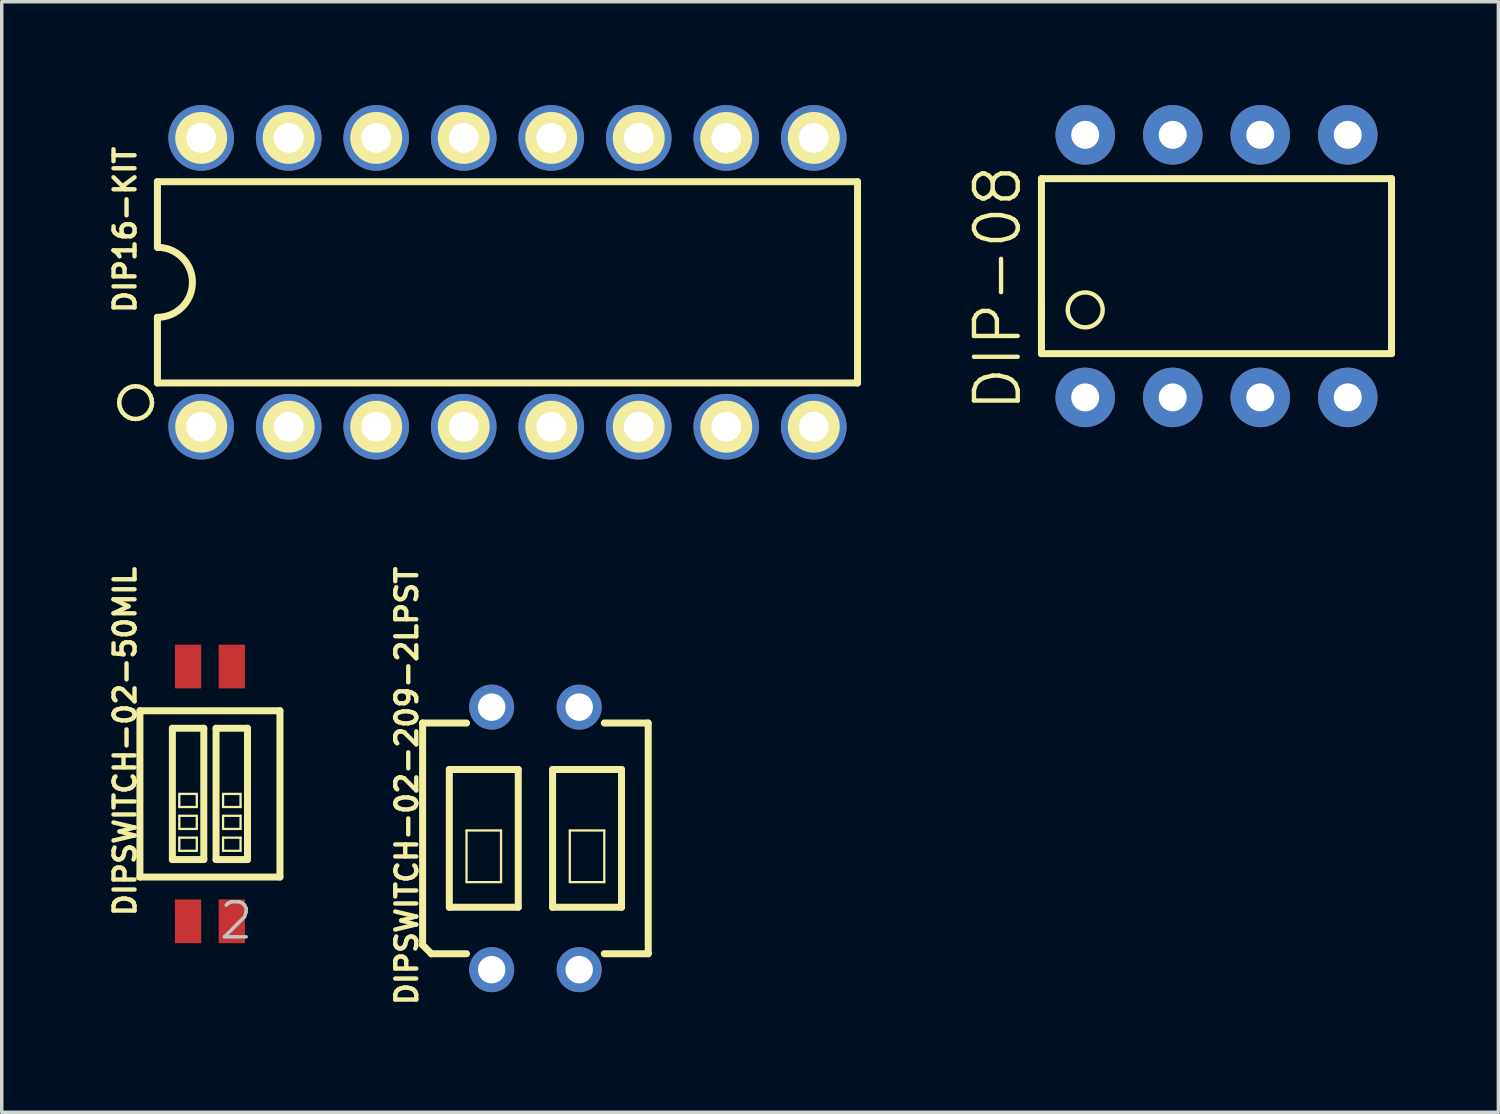
<source format=kicad_pcb>
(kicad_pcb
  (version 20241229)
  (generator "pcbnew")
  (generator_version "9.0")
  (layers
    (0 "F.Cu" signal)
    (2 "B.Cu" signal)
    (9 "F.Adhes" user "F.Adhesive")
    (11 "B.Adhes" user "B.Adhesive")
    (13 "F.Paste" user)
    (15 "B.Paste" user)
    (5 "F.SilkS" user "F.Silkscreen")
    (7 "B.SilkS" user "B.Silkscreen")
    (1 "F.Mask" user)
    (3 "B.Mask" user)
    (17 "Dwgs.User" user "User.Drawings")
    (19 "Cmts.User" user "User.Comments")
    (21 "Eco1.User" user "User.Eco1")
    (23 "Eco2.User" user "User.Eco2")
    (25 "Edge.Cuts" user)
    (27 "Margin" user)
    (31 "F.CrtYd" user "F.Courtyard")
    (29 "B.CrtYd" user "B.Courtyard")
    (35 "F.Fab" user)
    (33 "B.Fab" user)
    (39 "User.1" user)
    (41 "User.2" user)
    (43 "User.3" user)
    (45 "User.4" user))
  (footprint "DIP-08"
    (layer "F.Cu")
    (at 32.257 4.674)
    (property "Reference" "DIP-08" (at -6.35 0.635 90) (layer "F.SilkS") (effects (font (size 1.27 1.27) (thickness 0.127))))
    (attr exclude_from_pos_files exclude_from_bom)
    (fp_line (start -5.08 -2.54) (end -5.08 1.524) (stroke (width 0.203) (type solid)) (layer "F.SilkS"))
    (fp_line (start -5.08 -2.54) (end 5.08 -2.54) (stroke (width 0.203) (type solid)) (layer "F.SilkS"))
    (fp_line (start -5.08 1.524) (end -5.08 1.016) (stroke (width 0.203) (type solid)) (layer "F.SilkS"))
    (fp_line (start -5.08 2.54) (end -5.08 1.524) (stroke (width 0.203) (type solid)) (layer "F.SilkS"))
    (fp_line (start -5.08 2.54) (end 5.08 2.54) (stroke (width 0.203) (type solid)) (layer "F.SilkS"))
    (fp_line (start 5.08 -2.54) (end 5.08 2.54) (stroke (width 0.203) (type solid)) (layer "F.SilkS"))
    (fp_circle (center -3.81 1.27) (end -4.168 1.628) (stroke (width 0.127) (type solid)) (fill no) (layer "F.SilkS"))
    (pad "1" thru_hole circle (at -3.81 3.81) (size 1.727 1.727) (drill 0.813) (layers "*.Cu" "*.Paste" "*.Mask"))
    (pad "2" thru_hole circle (at -1.27 3.81) (size 1.727 1.727) (drill 0.813) (layers "*.Cu" "*.Paste" "*.Mask"))
    (pad "3" thru_hole circle (at 1.27 3.81) (size 1.727 1.727) (drill 0.813) (layers "*.Cu" "*.Paste" "*.Mask"))
    (pad "4" thru_hole circle (at 3.81 3.81) (size 1.727 1.727) (drill 0.813) (layers "*.Cu" "*.Paste" "*.Mask"))
    (pad "5" thru_hole circle (at 3.81 -3.81) (size 1.727 1.727) (drill 0.813) (layers "*.Cu" "*.Paste" "*.Mask"))
    (pad "6" thru_hole circle (at 1.27 -3.81) (size 1.727 1.727) (drill 0.813) (layers "*.Cu" "*.Paste" "*.Mask"))
    (pad "7" thru_hole circle (at -1.27 -3.81) (size 1.727 1.727) (drill 0.813) (layers "*.Cu" "*.Paste" "*.Mask"))
    (pad "8" thru_hole circle (at -3.81 -3.81) (size 1.727 1.727) (drill 0.813) (layers "*.Cu" "*.Paste" "*.Mask")))
  (footprint "DIPSWITCH-02-50MIL"
    (layer "F.Cu")
    (at 3.043 19.992)
    (property "Reference" "DIPSWITCH-02-50MIL" (at -2.464 -1.524 90) (layer "F.SilkS") (effects (font (size 0.61 0.61) (thickness 0.127))))
    (attr smd)
    (fp_line (start -2.032 -2.413) (end -2.032 2.413) (stroke (width 0.203) (type solid)) (layer "F.SilkS"))
    (fp_line (start -2.032 2.413) (end 2.032 2.413) (stroke (width 0.203) (type solid)) (layer "F.SilkS"))
    (fp_line (start -1.09 -1.905) (end -1.09 1.905) (stroke (width 0.203) (type solid)) (layer "F.SilkS"))
    (fp_line (start -1.09 -1.905) (end -0.178 -1.905) (stroke (width 0.203) (type solid)) (layer "F.SilkS"))
    (fp_line (start -0.889 0) (end -0.381 0) (stroke (width 0.066) (type solid)) (layer "F.SilkS"))
    (fp_line (start -0.889 0.381) (end -0.889 0) (stroke (width 0.066) (type solid)) (layer "F.SilkS"))
    (fp_line (start -0.889 0.381) (end -0.381 0.381) (stroke (width 0.066) (type solid)) (layer "F.SilkS"))
    (fp_line (start -0.889 0.635) (end -0.381 0.635) (stroke (width 0.066) (type solid)) (layer "F.SilkS"))
    (fp_line (start -0.889 1.016) (end -0.889 0.635) (stroke (width 0.066) (type solid)) (layer "F.SilkS"))
    (fp_line (start -0.889 1.016) (end -0.381 1.016) (stroke (width 0.066) (type solid)) (layer "F.SilkS"))
    (fp_line (start -0.889 1.27) (end -0.381 1.27) (stroke (width 0.066) (type solid)) (layer "F.SilkS"))
    (fp_line (start -0.889 1.651) (end -0.889 1.27) (stroke (width 0.066) (type solid)) (layer "F.SilkS"))
    (fp_line (start -0.889 1.651) (end -0.381 1.651) (stroke (width 0.066) (type solid)) (layer "F.SilkS"))
    (fp_line (start -0.381 0.381) (end -0.381 0) (stroke (width 0.066) (type solid)) (layer "F.SilkS"))
    (fp_line (start -0.381 1.016) (end -0.381 0.635) (stroke (width 0.066) (type solid)) (layer "F.SilkS"))
    (fp_line (start -0.381 1.651) (end -0.381 1.27) (stroke (width 0.066) (type solid)) (layer "F.SilkS"))
    (fp_line (start -0.178 1.905) (end -1.09 1.905) (stroke (width 0.203) (type solid)) (layer "F.SilkS"))
    (fp_line (start -0.178 1.905) (end -0.178 -1.905) (stroke (width 0.203) (type solid)) (layer "F.SilkS"))
    (fp_line (start 0.178 -1.905) (end 0.178 1.905) (stroke (width 0.203) (type solid)) (layer "F.SilkS"))
    (fp_line (start 0.178 -1.905) (end 1.09 -1.905) (stroke (width 0.203) (type solid)) (layer "F.SilkS"))
    (fp_line (start 0.381 0) (end 0.889 0) (stroke (width 0.066) (type solid)) (layer "F.SilkS"))
    (fp_line (start 0.381 0.381) (end 0.381 0) (stroke (width 0.066) (type solid)) (layer "F.SilkS"))
    (fp_line (start 0.381 0.381) (end 0.889 0.381) (stroke (width 0.066) (type solid)) (layer "F.SilkS"))
    (fp_line (start 0.381 0.635) (end 0.889 0.635) (stroke (width 0.066) (type solid)) (layer "F.SilkS"))
    (fp_line (start 0.381 1.016) (end 0.381 0.635) (stroke (width 0.066) (type solid)) (layer "F.SilkS"))
    (fp_line (start 0.381 1.016) (end 0.889 1.016) (stroke (width 0.066) (type solid)) (layer "F.SilkS"))
    (fp_line (start 0.381 1.27) (end 0.889 1.27) (stroke (width 0.066) (type solid)) (layer "F.SilkS"))
    (fp_line (start 0.381 1.651) (end 0.381 1.27) (stroke (width 0.066) (type solid)) (layer "F.SilkS"))
    (fp_line (start 0.381 1.651) (end 0.889 1.651) (stroke (width 0.066) (type solid)) (layer "F.SilkS"))
    (fp_line (start 0.889 0.381) (end 0.889 0) (stroke (width 0.066) (type solid)) (layer "F.SilkS"))
    (fp_line (start 0.889 1.016) (end 0.889 0.635) (stroke (width 0.066) (type solid)) (layer "F.SilkS"))
    (fp_line (start 0.889 1.651) (end 0.889 1.27) (stroke (width 0.066) (type solid)) (layer "F.SilkS"))
    (fp_line (start 1.09 1.905) (end 0.178 1.905) (stroke (width 0.203) (type solid)) (layer "F.SilkS"))
    (fp_line (start 1.09 1.905) (end 1.09 -1.905) (stroke (width 0.203) (type solid)) (layer "F.SilkS"))
    (fp_line (start 2.032 -2.413) (end -2.032 -2.413) (stroke (width 0.203) (type solid)) (layer "F.SilkS"))
    (fp_line (start 2.032 2.413) (end 2.032 -2.413) (stroke (width 0.203) (type solid)) (layer "F.SilkS"))
    (fp_text user "2" (at 0.762 3.683 0) (layer "Dwgs.User") (effects (font (size 1.016 1.016) (thickness 0.102))))
    (pad "1" smd rect (at -0.635 3.698 90) (size 1.27 0.762) (layers "F.Cu" "F.Mask" "F.Paste"))
    (pad "2" smd rect (at 0.635 3.698 90) (size 1.27 0.762) (layers "F.Cu" "F.Mask" "F.Paste"))
    (pad "3" smd rect (at 0.635 -3.698 90) (size 1.27 0.762) (layers "F.Cu" "F.Mask" "F.Paste"))
    (pad "4" smd rect (at -0.635 -3.698 90) (size 1.27 0.762) (layers "F.Cu" "F.Mask" "F.Paste")))
  (footprint "DIP16-KIT"
    (layer "F.Cu")
    (at 11.679 5.144)
    (property "Reference" "DIP16-KIT" (at -11.1 -1.524 90) (layer "F.SilkS") (effects (font (size 0.61 0.61) (thickness 0.127))))
    (attr exclude_from_pos_files exclude_from_bom)
    (fp_line (start -11.27 3.493) (end -11.257 3.386) (stroke (width 0.127) (type solid)) (layer "F.SilkS"))
    (fp_line (start -11.257 3.386) (end -11.222 3.284) (stroke (width 0.127) (type solid)) (layer "F.SilkS"))
    (fp_line (start -11.257 3.597) (end -11.27 3.493) (stroke (width 0.127) (type solid)) (layer "F.SilkS"))
    (fp_line (start -11.222 3.284) (end -11.166 3.195) (stroke (width 0.127) (type solid)) (layer "F.SilkS"))
    (fp_line (start -11.222 3.698) (end -11.257 3.597) (stroke (width 0.127) (type solid)) (layer "F.SilkS"))
    (fp_line (start -11.166 3.195) (end -11.09 3.119) (stroke (width 0.127) (type solid)) (layer "F.SilkS"))
    (fp_line (start -11.166 3.787) (end -11.222 3.698) (stroke (width 0.127) (type solid)) (layer "F.SilkS"))
    (fp_line (start -11.09 3.119) (end -11.001 3.063) (stroke (width 0.127) (type solid)) (layer "F.SilkS"))
    (fp_line (start -11.09 3.863) (end -11.166 3.787) (stroke (width 0.127) (type solid)) (layer "F.SilkS"))
    (fp_line (start -11.001 3.063) (end -10.899 3.028) (stroke (width 0.127) (type solid)) (layer "F.SilkS"))
    (fp_line (start -11.001 3.919) (end -11.09 3.863) (stroke (width 0.127) (type solid)) (layer "F.SilkS"))
    (fp_line (start -10.899 3.028) (end -10.795 3.015) (stroke (width 0.127) (type solid)) (layer "F.SilkS"))
    (fp_line (start -10.899 3.955) (end -11.001 3.919) (stroke (width 0.127) (type solid)) (layer "F.SilkS"))
    (fp_line (start -10.795 3.015) (end -10.688 3.028) (stroke (width 0.127) (type solid)) (layer "F.SilkS"))
    (fp_line (start -10.795 3.967) (end -10.899 3.955) (stroke (width 0.127) (type solid)) (layer "F.SilkS"))
    (fp_line (start -10.688 3.028) (end -10.587 3.063) (stroke (width 0.127) (type solid)) (layer "F.SilkS"))
    (fp_line (start -10.688 3.955) (end -10.795 3.967) (stroke (width 0.127) (type solid)) (layer "F.SilkS"))
    (fp_line (start -10.587 3.063) (end -10.498 3.119) (stroke (width 0.127) (type solid)) (layer "F.SilkS"))
    (fp_line (start -10.587 3.919) (end -10.688 3.955) (stroke (width 0.127) (type solid)) (layer "F.SilkS"))
    (fp_line (start -10.498 3.119) (end -10.422 3.195) (stroke (width 0.127) (type solid)) (layer "F.SilkS"))
    (fp_line (start -10.498 3.863) (end -10.587 3.919) (stroke (width 0.127) (type solid)) (layer "F.SilkS"))
    (fp_line (start -10.422 3.195) (end -10.366 3.284) (stroke (width 0.127) (type solid)) (layer "F.SilkS"))
    (fp_line (start -10.422 3.787) (end -10.498 3.863) (stroke (width 0.127) (type solid)) (layer "F.SilkS"))
    (fp_line (start -10.366 3.284) (end -10.33 3.386) (stroke (width 0.127) (type solid)) (layer "F.SilkS"))
    (fp_line (start -10.366 3.698) (end -10.422 3.787) (stroke (width 0.127) (type solid)) (layer "F.SilkS"))
    (fp_line (start -10.33 3.386) (end -10.317 3.493) (stroke (width 0.127) (type solid)) (layer "F.SilkS"))
    (fp_line (start -10.33 3.597) (end -10.366 3.698) (stroke (width 0.127) (type solid)) (layer "F.SilkS"))
    (fp_line (start -10.317 3.493) (end -10.33 3.597) (stroke (width 0.127) (type solid)) (layer "F.SilkS"))
    (fp_line (start -10.16 -2.921) (end -10.16 -1.016) (stroke (width 0.203) (type solid)) (layer "F.SilkS"))
    (fp_line (start -10.16 -2.921) (end 10.16 -2.921) (stroke (width 0.203) (type solid)) (layer "F.SilkS"))
    (fp_line (start -10.16 2.921) (end -10.16 1.016) (stroke (width 0.203) (type solid)) (layer "F.SilkS"))
    (fp_line (start -10.16 2.921) (end 10.16 2.921) (stroke (width 0.203) (type solid)) (layer "F.SilkS"))
    (fp_line (start 10.16 -2.921) (end 10.16 2.921) (stroke (width 0.203) (type solid)) (layer "F.SilkS"))
    (fp_arc (start -10.16 -1.016) (mid -9.144 0) (end -10.16 1.016) (stroke (width 0.2032) (type solid)) (layer "F.SilkS"))
    (fp_circle (center -8.89 -4.191) (end -9.423 -4.724) (stroke (width 0) (type solid)) (fill yes) (layer "F.SilkS"))
    (fp_circle (center -8.89 -4.191) (end -9.106 -4.407) (stroke (width 0) (type solid)) (fill yes) (layer "F.SilkS"))
    (fp_circle (center -8.89 4.191) (end -9.423 4.724) (stroke (width 0) (type solid)) (fill yes) (layer "F.SilkS"))
    (fp_circle (center -8.89 4.191) (end -9.106 4.407) (stroke (width 0) (type solid)) (fill yes) (layer "F.SilkS"))
    (fp_circle (center -6.35 -4.191) (end -6.883 -4.724) (stroke (width 0) (type solid)) (fill yes) (layer "F.SilkS"))
    (fp_circle (center -6.35 -4.191) (end -6.566 -4.407) (stroke (width 0) (type solid)) (fill yes) (layer "F.SilkS"))
    (fp_circle (center -6.35 4.191) (end -6.883 4.724) (stroke (width 0) (type solid)) (fill yes) (layer "F.SilkS"))
    (fp_circle (center -6.35 4.191) (end -6.566 4.407) (stroke (width 0) (type solid)) (fill yes) (layer "F.SilkS"))
    (fp_circle (center -3.81 -4.191) (end -4.343 -4.724) (stroke (width 0) (type solid)) (fill yes) (layer "F.SilkS"))
    (fp_circle (center -3.81 -4.191) (end -4.026 -4.407) (stroke (width 0) (type solid)) (fill yes) (layer "F.SilkS"))
    (fp_circle (center -3.81 -4.191) (end -4.026 -4.407) (stroke (width 0) (type solid)) (fill yes) (layer "F.SilkS"))
    (fp_circle (center -3.81 -4.191) (end -4.026 -4.407) (stroke (width 0) (type solid)) (fill yes) (layer "F.SilkS"))
    (fp_circle (center -3.81 4.191) (end -4.343 4.724) (stroke (width 0) (type solid)) (fill yes) (layer "F.SilkS"))
    (fp_circle (center -3.81 4.191) (end -4.026 4.407) (stroke (width 0) (type solid)) (fill yes) (layer "F.SilkS"))
    (fp_circle (center -1.27 -4.191) (end -1.803 -4.724) (stroke (width 0) (type solid)) (fill yes) (layer "F.SilkS"))
    (fp_circle (center -1.27 -4.191) (end -1.486 -4.407) (stroke (width 0) (type solid)) (fill yes) (layer "F.SilkS"))
    (fp_circle (center -1.27 4.191) (end -1.803 4.724) (stroke (width 0) (type solid)) (fill yes) (layer "F.SilkS"))
    (fp_circle (center -1.27 4.191) (end -1.486 4.407) (stroke (width 0) (type solid)) (fill yes) (layer "F.SilkS"))
    (fp_circle (center 1.27 -4.191) (end 1.486 -4.407) (stroke (width 0) (type solid)) (fill yes) (layer "F.SilkS"))
    (fp_circle (center 1.27 -4.191) (end 1.803 -4.724) (stroke (width 0) (type solid)) (fill yes) (layer "F.SilkS"))
    (fp_circle (center 1.27 4.191) (end 1.486 4.407) (stroke (width 0) (type solid)) (fill yes) (layer "F.SilkS"))
    (fp_circle (center 1.27 4.191) (end 1.803 4.724) (stroke (width 0) (type solid)) (fill yes) (layer "F.SilkS"))
    (fp_circle (center 3.81 -4.191) (end 4.026 -4.407) (stroke (width 0) (type solid)) (fill yes) (layer "F.SilkS"))
    (fp_circle (center 3.81 -4.191) (end 4.343 -4.724) (stroke (width 0) (type solid)) (fill yes) (layer "F.SilkS"))
    (fp_circle (center 3.81 4.191) (end 4.026 4.407) (stroke (width 0) (type solid)) (fill yes) (layer "F.SilkS"))
    (fp_circle (center 3.81 4.191) (end 4.343 4.724) (stroke (width 0) (type solid)) (fill yes) (layer "F.SilkS"))
    (fp_circle (center 6.35 -4.191) (end 6.566 -4.407) (stroke (width 0) (type solid)) (fill yes) (layer "F.SilkS"))
    (fp_circle (center 6.35 -4.191) (end 6.883 -4.724) (stroke (width 0) (type solid)) (fill yes) (layer "F.SilkS"))
    (fp_circle (center 6.35 4.191) (end 6.566 4.407) (stroke (width 0) (type solid)) (fill yes) (layer "F.SilkS"))
    (fp_circle (center 6.35 4.191) (end 6.883 4.724) (stroke (width 0) (type solid)) (fill yes) (layer "F.SilkS"))
    (fp_circle (center 8.89 -4.191) (end 9.106 -4.407) (stroke (width 0) (type solid)) (fill yes) (layer "F.SilkS"))
    (fp_circle (center 8.89 -4.191) (end 9.423 -4.724) (stroke (width 0) (type solid)) (fill yes) (layer "F.SilkS"))
    (fp_circle (center 8.89 4.191) (end 9.106 4.407) (stroke (width 0) (type solid)) (fill yes) (layer "F.SilkS"))
    (fp_circle (center 8.89 4.191) (end 9.423 4.724) (stroke (width 0) (type solid)) (fill yes) (layer "F.SilkS"))
    (pad "1" thru_hole circle (at -8.89 4.191) (size 1.905 1.905) (drill 0.864) (layers "*.Cu" "*.Paste" "*.Mask"))
    (pad "2" thru_hole circle (at -6.35 4.191) (size 1.905 1.905) (drill 0.864) (layers "*.Cu" "*.Paste" "*.Mask"))
    (pad "3" thru_hole circle (at -3.81 4.191) (size 1.905 1.905) (drill 0.864) (layers "*.Cu" "*.Paste" "*.Mask"))
    (pad "4" thru_hole circle (at -1.27 4.191) (size 1.905 1.905) (drill 0.864) (layers "*.Cu" "*.Paste" "*.Mask"))
    (pad "5" thru_hole circle (at 1.27 4.191) (size 1.905 1.905) (drill 0.864) (layers "*.Cu" "*.Paste" "*.Mask"))
    (pad "6" thru_hole circle (at 3.81 4.191) (size 1.905 1.905) (drill 0.864) (layers "*.Cu" "*.Paste" "*.Mask"))
    (pad "7" thru_hole circle (at 6.35 4.191) (size 1.905 1.905) (drill 0.864) (layers "*.Cu" "*.Paste" "*.Mask"))
    (pad "8" thru_hole circle (at 8.89 4.191) (size 1.905 1.905) (drill 0.864) (layers "*.Cu" "*.Paste" "*.Mask"))
    (pad "9" thru_hole circle (at 8.89 -4.191) (size 1.905 1.905) (drill 0.864) (layers "*.Cu" "*.Paste" "*.Mask"))
    (pad "10" thru_hole circle (at 6.35 -4.191) (size 1.905 1.905) (drill 0.864) (layers "*.Cu" "*.Paste" "*.Mask"))
    (pad "11" thru_hole circle (at 3.81 -4.191) (size 1.905 1.905) (drill 0.864) (layers "*.Cu" "*.Paste" "*.Mask"))
    (pad "12" thru_hole circle (at 1.27 -4.191) (size 1.905 1.905) (drill 0.864) (layers "*.Cu" "*.Paste" "*.Mask"))
    (pad "13" thru_hole circle (at -1.27 -4.191) (size 1.905 1.905) (drill 0.864) (layers "*.Cu" "*.Paste" "*.Mask"))
    (pad "14" thru_hole circle (at -3.81 -4.191) (size 1.905 1.905) (drill 0.864) (layers "*.Cu" "*.Paste" "*.Mask"))
    (pad "15" thru_hole circle (at -6.35 -4.191) (size 1.905 1.905) (drill 0.864) (layers "*.Cu" "*.Paste" "*.Mask"))
    (pad "16" thru_hole circle (at -8.89 -4.191) (size 1.905 1.905) (drill 0.864) (layers "*.Cu" "*.Paste" "*.Mask")))
  (footprint "DIPSWITCH-02-209-2LPST"
    (layer "F.Cu")
    (at 12.49 21.283)
    (property "Reference" "DIPSWITCH-02-209-2LPST" (at -3.734 -1.524 90) (layer "F.SilkS") (effects (font (size 0.61 0.61) (thickness 0.127))))
    (attr exclude_from_pos_files exclude_from_bom)
    (fp_line (start -3.274 -3.348) (end -1.999 -3.348) (stroke (width 0.203) (type solid)) (layer "F.SilkS"))
    (fp_line (start -3.274 3.094) (end -3.274 -3.348) (stroke (width 0.203) (type solid)) (layer "F.SilkS"))
    (fp_line (start -3.02 3.348) (end -3.274 3.094) (stroke (width 0.203) (type solid)) (layer "F.SilkS"))
    (fp_line (start -2.499 -1.999) (end -2.499 1.999) (stroke (width 0.203) (type solid)) (layer "F.SilkS"))
    (fp_line (start -2.499 1.999) (end -0.498 1.999) (stroke (width 0.203) (type solid)) (layer "F.SilkS"))
    (fp_line (start -1.999 -0.229) (end -0.998 -0.229) (stroke (width 0.066) (type solid)) (layer "F.SilkS"))
    (fp_line (start -1.999 1.27) (end -1.999 -0.229) (stroke (width 0.066) (type solid)) (layer "F.SilkS"))
    (fp_line (start -1.999 1.27) (end -0.998 1.27) (stroke (width 0.066) (type solid)) (layer "F.SilkS"))
    (fp_line (start -1.999 3.348) (end -3.02 3.348) (stroke (width 0.203) (type solid)) (layer "F.SilkS"))
    (fp_line (start -0.998 1.27) (end -0.998 -0.229) (stroke (width 0.066) (type solid)) (layer "F.SilkS"))
    (fp_line (start -0.498 -1.999) (end -2.499 -1.999) (stroke (width 0.203) (type solid)) (layer "F.SilkS"))
    (fp_line (start -0.498 1.999) (end -0.498 -1.999) (stroke (width 0.203) (type solid)) (layer "F.SilkS"))
    (fp_line (start 0.498 -1.999) (end 0.498 1.999) (stroke (width 0.203) (type solid)) (layer "F.SilkS"))
    (fp_line (start 0.498 1.999) (end 2.499 1.999) (stroke (width 0.203) (type solid)) (layer "F.SilkS"))
    (fp_line (start 0.998 -0.229) (end 1.999 -0.229) (stroke (width 0.066) (type solid)) (layer "F.SilkS"))
    (fp_line (start 0.998 1.27) (end 0.998 -0.229) (stroke (width 0.066) (type solid)) (layer "F.SilkS"))
    (fp_line (start 0.998 1.27) (end 1.999 1.27) (stroke (width 0.066) (type solid)) (layer "F.SilkS"))
    (fp_line (start 1.999 -3.348) (end 3.269 -3.348) (stroke (width 0.203) (type solid)) (layer "F.SilkS"))
    (fp_line (start 1.999 1.27) (end 1.999 -0.229) (stroke (width 0.066) (type solid)) (layer "F.SilkS"))
    (fp_line (start 2.499 -1.999) (end 0.498 -1.999) (stroke (width 0.203) (type solid)) (layer "F.SilkS"))
    (fp_line (start 2.499 1.999) (end 2.499 -1.999) (stroke (width 0.203) (type solid)) (layer "F.SilkS"))
    (fp_line (start 3.274 -3.348) (end 3.274 3.348) (stroke (width 0.203) (type solid)) (layer "F.SilkS"))
    (fp_line (start 3.274 3.348) (end 1.999 3.348) (stroke (width 0.203) (type solid)) (layer "F.SilkS"))
    (pad "1" thru_hole circle (at -1.27 3.81) (size 1.306 1.306) (drill 0.798) (layers "*.Cu" "*.Paste" "*.Mask"))
    (pad "2" thru_hole circle (at 1.27 3.81) (size 1.306 1.306) (drill 0.798) (layers "*.Cu" "*.Paste" "*.Mask"))
    (pad "3" thru_hole circle (at 1.27 -3.81) (size 1.306 1.306) (drill 0.798) (layers "*.Cu" "*.Paste" "*.Mask"))
    (pad "4" thru_hole circle (at -1.27 -3.81) (size 1.306 1.306) (drill 0.798) (layers "*.Cu" "*.Paste" "*.Mask")))
  (gr_rect
    (start -3 -3)
    (end 40.438 29.232)
    (stroke (width 0.1) (type default))
    (fill no)
    (layer "Edge.Cuts")))
</source>
